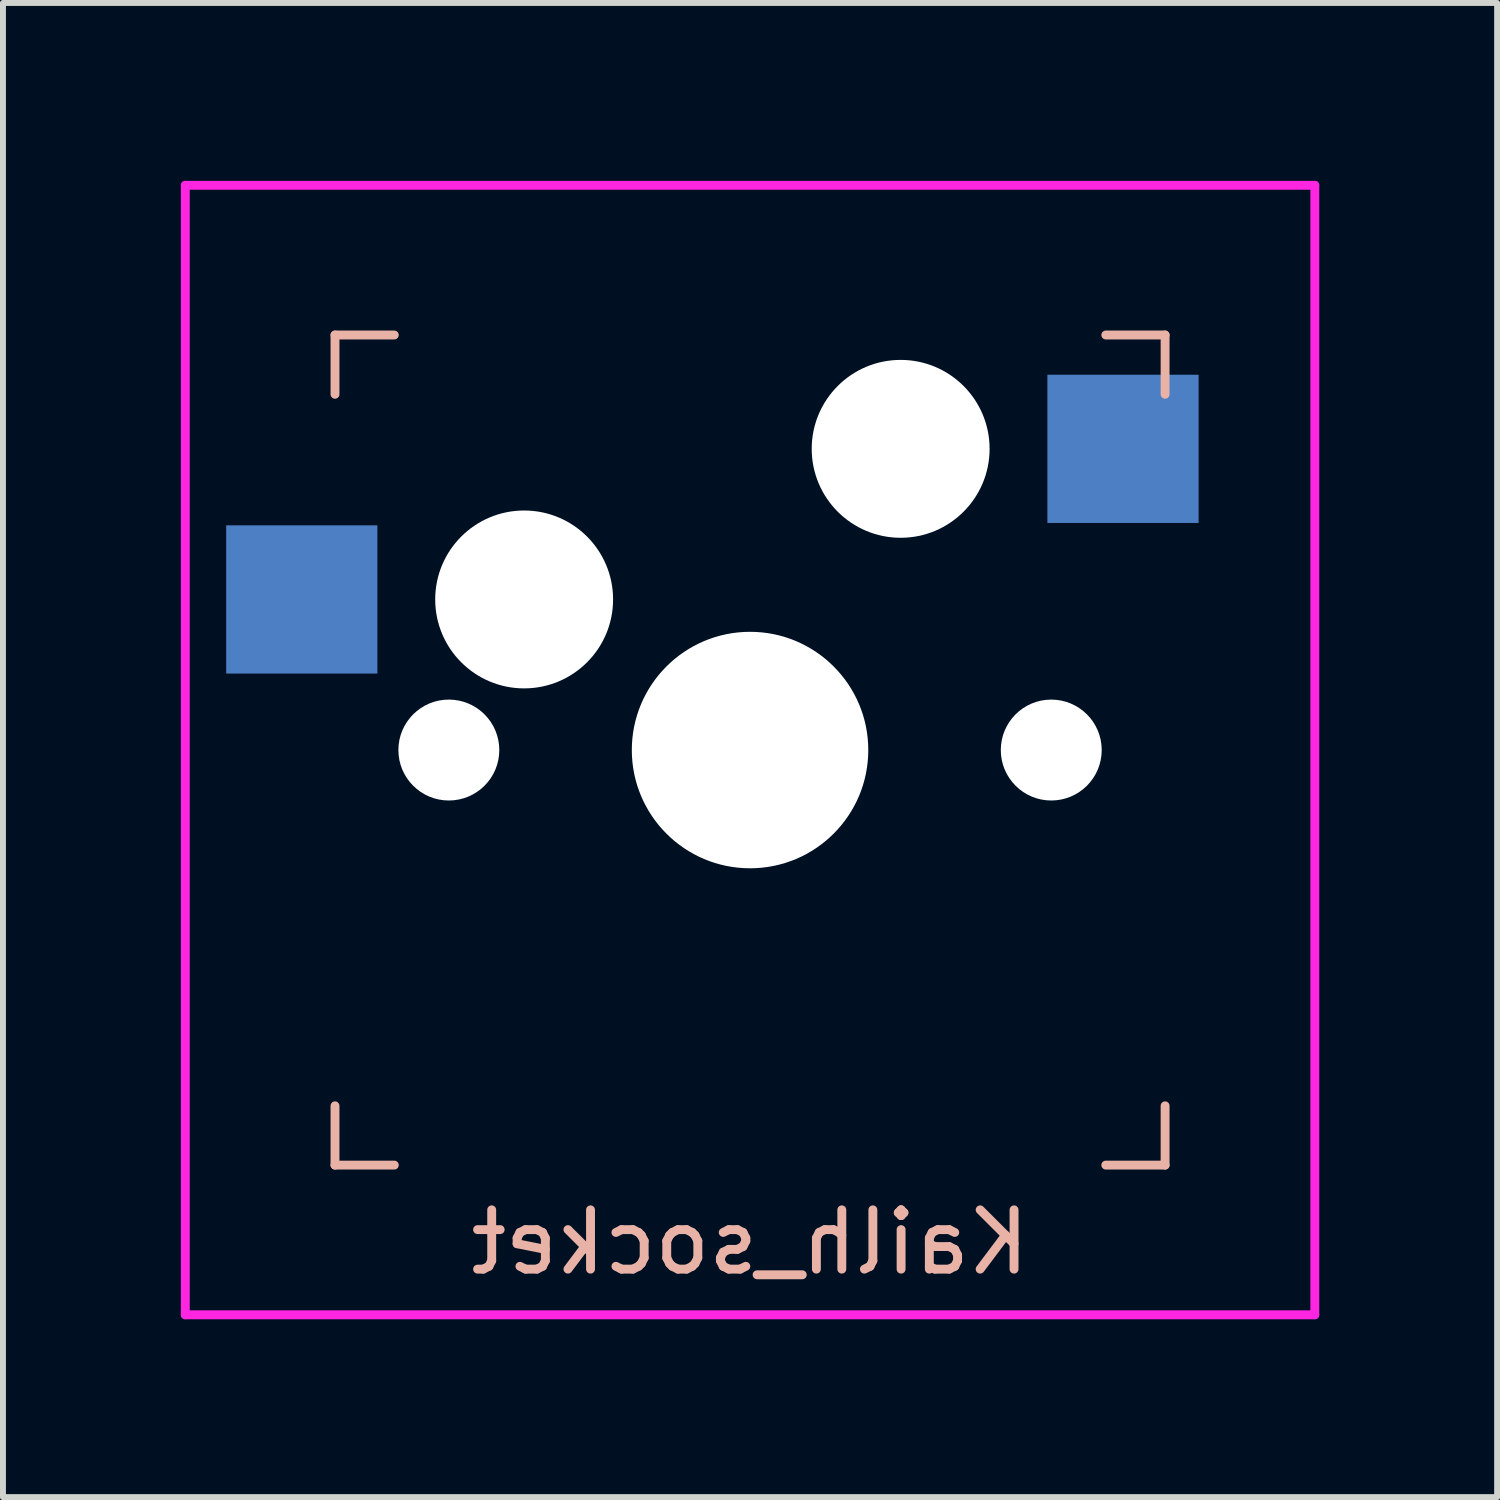
<source format=kicad_pcb>
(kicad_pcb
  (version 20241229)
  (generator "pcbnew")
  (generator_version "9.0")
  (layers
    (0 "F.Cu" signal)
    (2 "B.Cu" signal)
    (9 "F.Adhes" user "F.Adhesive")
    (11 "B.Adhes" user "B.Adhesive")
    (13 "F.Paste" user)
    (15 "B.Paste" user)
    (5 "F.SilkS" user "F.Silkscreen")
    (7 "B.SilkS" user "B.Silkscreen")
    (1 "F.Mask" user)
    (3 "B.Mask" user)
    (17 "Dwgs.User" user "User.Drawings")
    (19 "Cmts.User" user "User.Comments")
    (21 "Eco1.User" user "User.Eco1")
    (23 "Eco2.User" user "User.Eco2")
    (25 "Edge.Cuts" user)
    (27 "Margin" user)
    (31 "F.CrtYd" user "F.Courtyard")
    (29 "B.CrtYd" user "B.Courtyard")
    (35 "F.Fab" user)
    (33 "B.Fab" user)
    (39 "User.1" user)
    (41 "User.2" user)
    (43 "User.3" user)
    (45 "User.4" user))
  (footprint "Kailh_socket"
    (layer "F.Cu")
    (at 9.6 9.6)
    (property "Reference" "Kailh_socket" (at 0 8.3 0) (layer "B.SilkS") (effects (font (size 1 1) (thickness 0.15)) (justify mirror)))
    (attr through_hole)
    (fp_line (start -7 -7) (end -6 -7) (stroke (width 0.15) (type solid)) (layer "B.SilkS"))
    (fp_line (start -7 -6) (end -7 -7) (stroke (width 0.15) (type solid)) (layer "B.SilkS"))
    (fp_line (start -7 7) (end -7 6) (stroke (width 0.15) (type solid)) (layer "B.SilkS"))
    (fp_line (start -6 7) (end -7 7) (stroke (width 0.15) (type solid)) (layer "B.SilkS"))
    (fp_line (start 6 -7) (end 7 -7) (stroke (width 0.15) (type solid)) (layer "B.SilkS"))
    (fp_line (start 7 -7) (end 7 -6) (stroke (width 0.15) (type solid)) (layer "B.SilkS"))
    (fp_line (start 7 6) (end 7 7) (stroke (width 0.15) (type solid)) (layer "B.SilkS"))
    (fp_line (start 7 7) (end 6 7) (stroke (width 0.15) (type solid)) (layer "B.SilkS"))
    (fp_line (start -7.5 -7.5) (end 7.5 -7.5) (stroke (width 0.15) (type solid)) (layer "Eco2.User"))
    (fp_line (start -7.5 7.5) (end -7.5 -7.5) (stroke (width 0.15) (type solid)) (layer "Eco2.User"))
    (fp_line (start -6.9 6.9) (end -6.9 -6.9) (stroke (width 0.15) (type solid)) (layer "Eco2.User"))
    (fp_line (start -6.9 6.9) (end 6.9 6.9) (stroke (width 0.15) (type solid)) (layer "Eco2.User"))
    (fp_line (start 6.9 -6.9) (end -6.9 -6.9) (stroke (width 0.15) (type solid)) (layer "Eco2.User"))
    (fp_line (start 6.9 -6.9) (end 6.9 6.9) (stroke (width 0.15) (type solid)) (layer "Eco2.User"))
    (fp_line (start 7.5 -7.5) (end 7.5 7.5) (stroke (width 0.15) (type solid)) (layer "Eco2.User"))
    (fp_line (start 7.5 7.5) (end -7.5 7.5) (stroke (width 0.15) (type solid)) (layer "Eco2.User"))
    (fp_line (start -9.525 -9.525) (end -9.525 9.525) (stroke (width 0.15) (type solid)) (layer "F.CrtYd"))
    (fp_line (start -9.525 -9.525) (end 9.525 -9.525) (stroke (width 0.15) (type solid)) (layer "F.CrtYd"))
    (fp_line (start -9.525 9.525) (end 9.525 9.525) (stroke (width 0.15) (type solid)) (layer "F.CrtYd"))
    (fp_line (start 9.525 -9.525) (end 9.525 9.525) (stroke (width 0.15) (type solid)) (layer "F.CrtYd"))
    (pad "" np_thru_hole circle (at -5.08 0) (size 1.702 1.702) (drill 1.702) (layers "*.Cu" "*.Mask"))
    (pad "" np_thru_hole circle (at -3.81 -2.54) (size 3 3) (drill 3) (layers "*.Cu" "*.Mask"))
    (pad "" np_thru_hole circle (at 0 0) (size 3.988 3.988) (drill 3.988) (layers "*.Cu" "*.Mask"))
    (pad "" np_thru_hole circle (at 2.54 -5.08) (size 3 3) (drill 3) (layers "*.Cu" "*.Mask"))
    (pad "" np_thru_hole circle (at 5.08 0) (size 1.702 1.702) (drill 1.702) (layers "*.Cu" "*.Mask"))
    (pad "1" smd rect (at 6.29 -5.08) (size 2.55 2.5) (layers "B.Cu" "B.Mask" "B.Paste"))
    (pad "2" smd rect (at -7.56 -2.54) (size 2.55 2.5) (layers "B.Cu" "B.Mask" "B.Paste")))
  (gr_rect
    (start -3 -3)
    (end 22.2 22.2)
    (stroke (width 0.1) (type default))
    (fill no)
    (layer "Edge.Cuts")))
</source>
